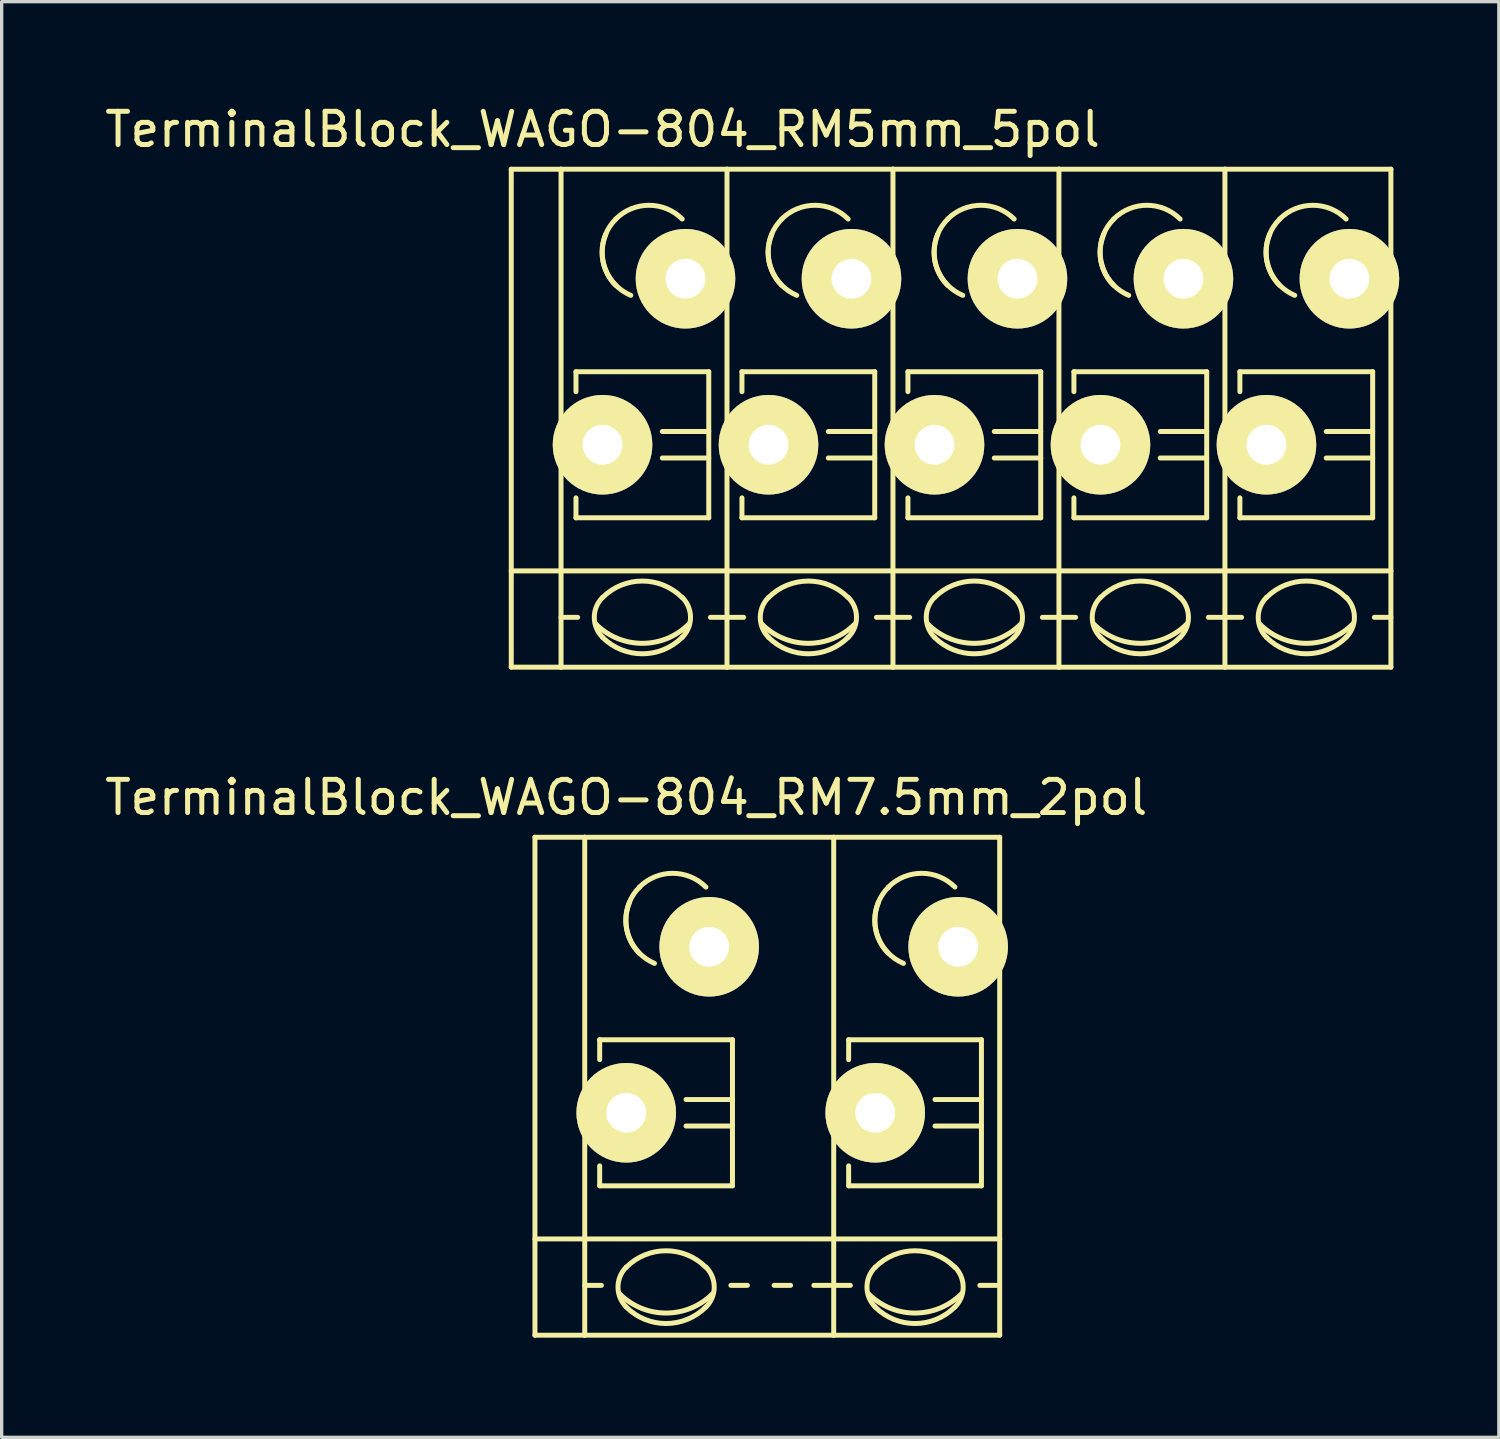
<source format=kicad_pcb>
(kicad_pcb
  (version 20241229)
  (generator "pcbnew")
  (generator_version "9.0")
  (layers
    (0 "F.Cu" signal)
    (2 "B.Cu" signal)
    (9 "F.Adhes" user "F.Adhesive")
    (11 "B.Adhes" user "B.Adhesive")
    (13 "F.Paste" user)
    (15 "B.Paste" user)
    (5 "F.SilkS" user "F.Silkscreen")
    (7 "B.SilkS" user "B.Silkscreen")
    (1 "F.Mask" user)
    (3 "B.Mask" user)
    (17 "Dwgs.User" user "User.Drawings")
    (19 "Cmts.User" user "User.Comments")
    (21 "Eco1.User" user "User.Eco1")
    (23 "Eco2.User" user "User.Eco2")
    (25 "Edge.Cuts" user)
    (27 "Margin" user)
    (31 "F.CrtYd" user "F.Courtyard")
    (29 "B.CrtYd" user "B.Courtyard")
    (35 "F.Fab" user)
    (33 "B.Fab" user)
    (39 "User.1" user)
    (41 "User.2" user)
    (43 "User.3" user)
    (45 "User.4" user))
  (footprint "TerminalBlock_WAGO-804_RM7.5mm_2pol"
    (layer "F.Cu")
    (at 15.815 30.472)
    (property "Reference" "TerminalBlock_WAGO-804_RM7.5mm_2pol" (at 0 -9.5 0) (layer "F.SilkS") (effects (font (size 1 1) (thickness 0.15))))
    (attr through_hole)
    (fp_line (start -2.75 -8.3) (end -1.25 -8.3) (stroke (width 0.15) (type solid)) (layer "F.SilkS"))
    (fp_line (start -2.75 6.7) (end -2.75 -8.3) (stroke (width 0.15) (type solid)) (layer "F.SilkS"))
    (fp_line (start -1.25 3.8) (end -2.75 3.8) (stroke (width 0.15) (type solid)) (layer "F.SilkS"))
    (fp_line (start -1.25 3.8) (end 6.25 3.8) (stroke (width 0.15) (type solid)) (layer "F.SilkS"))
    (fp_line (start -1.25 6.7) (end -2.75 6.7) (stroke (width 0.15) (type solid)) (layer "F.SilkS"))
    (fp_line (start -1.25 5.199) (end -0.749 5.199) (stroke (width 0.15) (type solid)) (layer "F.SilkS"))
    (fp_line (start -1.25 6.701) (end -1.25 -8.301) (stroke (width 0.15) (type solid)) (layer "F.SilkS"))
    (fp_line (start -0.8 -2.2) (end -0.8 -1.6) (stroke (width 0.15) (type solid)) (layer "F.SilkS"))
    (fp_line (start -0.8 -2.2) (end 3.2 -2.2) (stroke (width 0.15) (type solid)) (layer "F.SilkS"))
    (fp_line (start -0.8 2.2) (end -0.8 1.6) (stroke (width 0.15) (type solid)) (layer "F.SilkS"))
    (fp_line (start 3.2 -2.2) (end 3.2 2.2) (stroke (width 0.15) (type solid)) (layer "F.SilkS"))
    (fp_line (start 3.2 -0.399) (end 1.801 -0.399) (stroke (width 0.15) (type solid)) (layer "F.SilkS"))
    (fp_line (start 3.2 0.399) (end 1.801 0.399) (stroke (width 0.15) (type solid)) (layer "F.SilkS"))
    (fp_line (start 3.2 2.2) (end -0.8 2.2) (stroke (width 0.15) (type solid)) (layer "F.SilkS"))
    (fp_line (start 3.65 5.199) (end 3.152 5.199) (stroke (width 0.15) (type solid)) (layer "F.SilkS"))
    (fp_line (start 4.951 5.199) (end 4.454 5.199) (stroke (width 0.15) (type solid)) (layer "F.SilkS"))
    (fp_line (start 6.149 5.199) (end 5.652 5.199) (stroke (width 0.15) (type solid)) (layer "F.SilkS"))
    (fp_line (start 6.25 -8.3) (end -1.25 -8.3) (stroke (width 0.15) (type solid)) (layer "F.SilkS"))
    (fp_line (start 6.25 -8.3) (end 11.25 -8.3) (stroke (width 0.15) (type solid)) (layer "F.SilkS"))
    (fp_line (start 6.25 3.8) (end 11.25 3.8) (stroke (width 0.15) (type solid)) (layer "F.SilkS"))
    (fp_line (start 6.25 6.7) (end -1.25 6.7) (stroke (width 0.15) (type solid)) (layer "F.SilkS"))
    (fp_line (start 6.25 6.7) (end 6.25 -8.3) (stroke (width 0.15) (type solid)) (layer "F.SilkS"))
    (fp_line (start 6.25 6.7) (end 11.25 6.7) (stroke (width 0.15) (type solid)) (layer "F.SilkS"))
    (fp_line (start 6.25 5.199) (end 6.751 5.199) (stroke (width 0.15) (type solid)) (layer "F.SilkS"))
    (fp_line (start 6.7 -2.2) (end 6.7 -1.6) (stroke (width 0.15) (type solid)) (layer "F.SilkS"))
    (fp_line (start 6.7 -2.2) (end 10.7 -2.2) (stroke (width 0.15) (type solid)) (layer "F.SilkS"))
    (fp_line (start 6.7 2.2) (end 6.7 1.6) (stroke (width 0.15) (type solid)) (layer "F.SilkS"))
    (fp_line (start 10.7 -2.2) (end 10.7 2.2) (stroke (width 0.15) (type solid)) (layer "F.SilkS"))
    (fp_line (start 10.7 -0.399) (end 9.301 -0.399) (stroke (width 0.15) (type solid)) (layer "F.SilkS"))
    (fp_line (start 10.7 0.399) (end 9.301 0.399) (stroke (width 0.15) (type solid)) (layer "F.SilkS"))
    (fp_line (start 10.7 2.2) (end 6.7 2.2) (stroke (width 0.15) (type solid)) (layer "F.SilkS"))
    (fp_line (start 11.15 5.199) (end 10.652 5.199) (stroke (width 0.15) (type solid)) (layer "F.SilkS"))
    (fp_line (start 11.25 6.7) (end 11.25 -8.3) (stroke (width 0.15) (type solid)) (layer "F.SilkS"))
    (fp_arc (start 0 4.65328) (mid 1.19888 4.156688) (end 2.39776 4.65328) (stroke (width 0.15) (type solid)) (layer "F.SilkS"))
    (fp_arc (start 0 5.84962) (mid -0.248296 5.25018) (end 0 4.65074) (stroke (width 0.15) (type solid)) (layer "F.SilkS"))
    (fp_arc (start 0.39878 -6.79958) (mid 1.39954 -7.214108) (end 2.4003 -6.79958) (stroke (width 0.15) (type solid)) (layer "F.SilkS"))
    (fp_arc (start 0.39878 -4.8006) (mid -0.013952 -5.800616) (end 0.40132 -6.79958) (stroke (width 0.15) (type solid)) (layer "F.SilkS"))
    (fp_arc (start 0.8509 -4.50088) (mid 0.093811 -5.268985) (end 0.1016 -6.34746) (stroke (width 0.15) (type solid)) (layer "F.SilkS"))
    (fp_arc (start 2.4003 5.84962) (mid 1.200676 6.348008) (end 0 5.85216) (stroke (width 0.15) (type solid)) (layer "F.SilkS"))
    (fp_arc (start 2.40284 4.65074) (mid 2.650392 5.251976) (end 2.4003 5.85216) (stroke (width 0.15) (type solid)) (layer "F.SilkS"))
    (fp_arc (start 2.60096 5.45084) (mid 1.200676 6.032345) (end -0.20066 5.45338) (stroke (width 0.15) (type solid)) (layer "F.SilkS"))
    (fp_arc (start 7.5 4.65328) (mid 8.69888 4.156688) (end 9.89776 4.65328) (stroke (width 0.15) (type solid)) (layer "F.SilkS"))
    (fp_arc (start 7.5 5.84962) (mid 7.251704 5.25018) (end 7.5 4.65074) (stroke (width 0.15) (type solid)) (layer "F.SilkS"))
    (fp_arc (start 7.89878 -6.79958) (mid 8.89954 -7.214108) (end 9.9003 -6.79958) (stroke (width 0.15) (type solid)) (layer "F.SilkS"))
    (fp_arc (start 7.89878 -4.8006) (mid 7.486048 -5.800616) (end 7.90132 -6.79958) (stroke (width 0.15) (type solid)) (layer "F.SilkS"))
    (fp_arc (start 8.3509 -4.50088) (mid 7.593811 -5.268985) (end 7.6016 -6.34746) (stroke (width 0.15) (type solid)) (layer "F.SilkS"))
    (fp_arc (start 9.9003 5.84962) (mid 8.700676 6.348008) (end 7.5 5.85216) (stroke (width 0.15) (type solid)) (layer "F.SilkS"))
    (fp_arc (start 9.90284 4.65074) (mid 10.150392 5.251976) (end 9.9003 5.85216) (stroke (width 0.15) (type solid)) (layer "F.SilkS"))
    (fp_arc (start 10.10096 5.45084) (mid 8.700676 6.032345) (end 7.29934 5.45338) (stroke (width 0.15) (type solid)) (layer "F.SilkS"))
    (pad "1" thru_hole circle (at 0 0) (size 3 3) (drill 1.2) (layers "*.Cu" "*.Mask" "F.SilkS"))
    (pad "1" thru_hole circle (at 2.499 -5.001) (size 3 3) (drill 1.2) (layers "*.Cu" "*.Mask" "F.SilkS"))
    (pad "2" thru_hole circle (at 7.5 0) (size 3 3) (drill 1.2) (layers "*.Cu" "*.Mask" "F.SilkS"))
    (pad "2" thru_hole circle (at 9.999 -5.001) (size 3 3) (drill 1.2) (layers "*.Cu" "*.Mask" "F.SilkS")))
  (footprint "TerminalBlock_WAGO-804_RM5mm_5pol"
    (layer "F.Cu")
    (at 15.101 10.348)
    (property "Reference" "TerminalBlock_WAGO-804_RM5mm_5pol" (at 0 -9.5 0) (layer "F.SilkS") (effects (font (size 1 1) (thickness 0.15))))
    (attr through_hole)
    (fp_line (start -2.75 -8.3) (end -1.25 -8.3) (stroke (width 0.15) (type solid)) (layer "F.SilkS"))
    (fp_line (start -2.75 6.7) (end -2.75 -8.3) (stroke (width 0.15) (type solid)) (layer "F.SilkS"))
    (fp_line (start -1.25 6.7) (end -2.75 6.7) (stroke (width 0.15) (type solid)) (layer "F.SilkS"))
    (fp_line (start -1.25 5.199) (end -0.749 5.199) (stroke (width 0.15) (type solid)) (layer "F.SilkS"))
    (fp_line (start -1.25 6.701) (end -1.25 -8.301) (stroke (width 0.15) (type solid)) (layer "F.SilkS"))
    (fp_line (start -0.8 -2.2) (end -0.8 -1.6) (stroke (width 0.15) (type solid)) (layer "F.SilkS"))
    (fp_line (start -0.8 -2.2) (end 3.2 -2.2) (stroke (width 0.15) (type solid)) (layer "F.SilkS"))
    (fp_line (start -0.8 2.2) (end -0.8 1.6) (stroke (width 0.15) (type solid)) (layer "F.SilkS"))
    (fp_line (start 3.2 -2.2) (end 3.2 2.2) (stroke (width 0.15) (type solid)) (layer "F.SilkS"))
    (fp_line (start 3.2 -0.399) (end 1.801 -0.399) (stroke (width 0.15) (type solid)) (layer "F.SilkS"))
    (fp_line (start 3.2 0.399) (end 1.801 0.399) (stroke (width 0.15) (type solid)) (layer "F.SilkS"))
    (fp_line (start 3.2 2.2) (end -0.8 2.2) (stroke (width 0.15) (type solid)) (layer "F.SilkS"))
    (fp_line (start 3.749 -8.301) (end -1.25 -8.301) (stroke (width 0.15) (type solid)) (layer "F.SilkS"))
    (fp_line (start 3.749 -8.301) (end 3.749 6.701) (stroke (width 0.15) (type solid)) (layer "F.SilkS"))
    (fp_line (start 3.749 5.199) (end 3.251 5.199) (stroke (width 0.15) (type solid)) (layer "F.SilkS"))
    (fp_line (start 3.749 6.701) (end -1.25 6.701) (stroke (width 0.15) (type solid)) (layer "F.SilkS"))
    (fp_line (start 3.75 3.8) (end -2.75 3.8) (stroke (width 0.15) (type solid)) (layer "F.SilkS"))
    (fp_line (start 3.75 3.8) (end 8.75 3.8) (stroke (width 0.15) (type solid)) (layer "F.SilkS"))
    (fp_line (start 3.75 5.199) (end 4.251 5.199) (stroke (width 0.15) (type solid)) (layer "F.SilkS"))
    (fp_line (start 4.2 -2.2) (end 4.2 -1.6) (stroke (width 0.15) (type solid)) (layer "F.SilkS"))
    (fp_line (start 4.2 -2.2) (end 8.2 -2.2) (stroke (width 0.15) (type solid)) (layer "F.SilkS"))
    (fp_line (start 4.2 2.2) (end 4.2 1.6) (stroke (width 0.15) (type solid)) (layer "F.SilkS"))
    (fp_line (start 8.2 -2.2) (end 8.2 2.2) (stroke (width 0.15) (type solid)) (layer "F.SilkS"))
    (fp_line (start 8.2 -0.399) (end 6.801 -0.399) (stroke (width 0.15) (type solid)) (layer "F.SilkS"))
    (fp_line (start 8.2 0.399) (end 6.801 0.399) (stroke (width 0.15) (type solid)) (layer "F.SilkS"))
    (fp_line (start 8.2 2.2) (end 4.2 2.2) (stroke (width 0.15) (type solid)) (layer "F.SilkS"))
    (fp_line (start 8.749 -8.301) (end 3.75 -8.301) (stroke (width 0.15) (type solid)) (layer "F.SilkS"))
    (fp_line (start 8.749 -8.301) (end 8.749 6.701) (stroke (width 0.15) (type solid)) (layer "F.SilkS"))
    (fp_line (start 8.749 5.199) (end 8.251 5.199) (stroke (width 0.15) (type solid)) (layer "F.SilkS"))
    (fp_line (start 8.749 6.701) (end 3.75 6.701) (stroke (width 0.15) (type solid)) (layer "F.SilkS"))
    (fp_line (start 8.75 3.8) (end 13.75 3.8) (stroke (width 0.15) (type solid)) (layer "F.SilkS"))
    (fp_line (start 8.75 5.199) (end 9.251 5.199) (stroke (width 0.15) (type solid)) (layer "F.SilkS"))
    (fp_line (start 9.2 -2.2) (end 9.2 -1.6) (stroke (width 0.15) (type solid)) (layer "F.SilkS"))
    (fp_line (start 9.2 -2.2) (end 13.2 -2.2) (stroke (width 0.15) (type solid)) (layer "F.SilkS"))
    (fp_line (start 9.2 2.2) (end 9.2 1.6) (stroke (width 0.15) (type solid)) (layer "F.SilkS"))
    (fp_line (start 13.2 -2.2) (end 13.2 2.2) (stroke (width 0.15) (type solid)) (layer "F.SilkS"))
    (fp_line (start 13.2 -0.399) (end 11.801 -0.399) (stroke (width 0.15) (type solid)) (layer "F.SilkS"))
    (fp_line (start 13.2 0.399) (end 11.801 0.399) (stroke (width 0.15) (type solid)) (layer "F.SilkS"))
    (fp_line (start 13.2 2.2) (end 9.2 2.2) (stroke (width 0.15) (type solid)) (layer "F.SilkS"))
    (fp_line (start 13.749 -8.301) (end 8.75 -8.301) (stroke (width 0.15) (type solid)) (layer "F.SilkS"))
    (fp_line (start 13.749 -8.301) (end 13.749 6.701) (stroke (width 0.15) (type solid)) (layer "F.SilkS"))
    (fp_line (start 13.749 5.199) (end 13.251 5.199) (stroke (width 0.15) (type solid)) (layer "F.SilkS"))
    (fp_line (start 13.749 6.701) (end 8.75 6.701) (stroke (width 0.15) (type solid)) (layer "F.SilkS"))
    (fp_line (start 13.75 3.8) (end 18.75 3.8) (stroke (width 0.15) (type solid)) (layer "F.SilkS"))
    (fp_line (start 13.75 5.199) (end 14.251 5.199) (stroke (width 0.15) (type solid)) (layer "F.SilkS"))
    (fp_line (start 14.2 -2.2) (end 14.2 -1.6) (stroke (width 0.15) (type solid)) (layer "F.SilkS"))
    (fp_line (start 14.2 -2.2) (end 18.2 -2.2) (stroke (width 0.15) (type solid)) (layer "F.SilkS"))
    (fp_line (start 14.2 2.2) (end 14.2 1.6) (stroke (width 0.15) (type solid)) (layer "F.SilkS"))
    (fp_line (start 18.2 -2.2) (end 18.2 2.2) (stroke (width 0.15) (type solid)) (layer "F.SilkS"))
    (fp_line (start 18.2 -0.399) (end 16.801 -0.399) (stroke (width 0.15) (type solid)) (layer "F.SilkS"))
    (fp_line (start 18.2 0.399) (end 16.801 0.399) (stroke (width 0.15) (type solid)) (layer "F.SilkS"))
    (fp_line (start 18.2 2.2) (end 14.2 2.2) (stroke (width 0.15) (type solid)) (layer "F.SilkS"))
    (fp_line (start 18.749 -8.301) (end 13.75 -8.301) (stroke (width 0.15) (type solid)) (layer "F.SilkS"))
    (fp_line (start 18.749 -8.301) (end 18.749 6.701) (stroke (width 0.15) (type solid)) (layer "F.SilkS"))
    (fp_line (start 18.749 5.199) (end 18.251 5.199) (stroke (width 0.15) (type solid)) (layer "F.SilkS"))
    (fp_line (start 18.749 6.701) (end 13.75 6.701) (stroke (width 0.15) (type solid)) (layer "F.SilkS"))
    (fp_line (start 18.75 3.8) (end 23.75 3.8) (stroke (width 0.15) (type solid)) (layer "F.SilkS"))
    (fp_line (start 18.75 5.199) (end 19.251 5.199) (stroke (width 0.15) (type solid)) (layer "F.SilkS"))
    (fp_line (start 19.2 -2.2) (end 19.2 -1.6) (stroke (width 0.15) (type solid)) (layer "F.SilkS"))
    (fp_line (start 19.2 -2.2) (end 23.2 -2.2) (stroke (width 0.15) (type solid)) (layer "F.SilkS"))
    (fp_line (start 19.2 2.2) (end 19.2 1.6) (stroke (width 0.15) (type solid)) (layer "F.SilkS"))
    (fp_line (start 23.2 -2.2) (end 23.2 2.2) (stroke (width 0.15) (type solid)) (layer "F.SilkS"))
    (fp_line (start 23.2 -0.399) (end 21.801 -0.399) (stroke (width 0.15) (type solid)) (layer "F.SilkS"))
    (fp_line (start 23.2 0.399) (end 21.801 0.399) (stroke (width 0.15) (type solid)) (layer "F.SilkS"))
    (fp_line (start 23.2 2.2) (end 19.2 2.2) (stroke (width 0.15) (type solid)) (layer "F.SilkS"))
    (fp_line (start 23.749 -8.301) (end 18.75 -8.301) (stroke (width 0.15) (type solid)) (layer "F.SilkS"))
    (fp_line (start 23.749 -8.301) (end 23.749 6.701) (stroke (width 0.15) (type solid)) (layer "F.SilkS"))
    (fp_line (start 23.749 5.199) (end 23.251 5.199) (stroke (width 0.15) (type solid)) (layer "F.SilkS"))
    (fp_line (start 23.749 6.701) (end 18.75 6.701) (stroke (width 0.15) (type solid)) (layer "F.SilkS"))
    (fp_arc (start 0 4.60248) (mid 1.19888 4.105888) (end 2.39776 4.60248) (stroke (width 0.15) (type solid)) (layer "F.SilkS"))
    (fp_arc (start 0 5.79882) (mid -0.248296 5.19938) (end 0 4.59994) (stroke (width 0.15) (type solid)) (layer "F.SilkS"))
    (fp_arc (start 0.39878 -6.79958) (mid 1.39954 -7.214108) (end 2.4003 -6.79958) (stroke (width 0.15) (type solid)) (layer "F.SilkS"))
    (fp_arc (start 0.39878 -4.8006) (mid -0.013952 -5.800616) (end 0.40132 -6.79958) (stroke (width 0.15) (type solid)) (layer "F.SilkS"))
    (fp_arc (start 0.8509 -4.50088) (mid 0.093811 -5.268985) (end 0.1016 -6.34746) (stroke (width 0.15) (type solid)) (layer "F.SilkS"))
    (fp_arc (start 2.4003 5.79882) (mid 1.200676 6.297208) (end 0 5.80136) (stroke (width 0.15) (type solid)) (layer "F.SilkS"))
    (fp_arc (start 2.40284 4.59994) (mid 2.650392 5.201176) (end 2.4003 5.80136) (stroke (width 0.15) (type solid)) (layer "F.SilkS"))
    (fp_arc (start 2.60096 5.40004) (mid 1.200676 5.981545) (end -0.20066 5.40258) (stroke (width 0.15) (type solid)) (layer "F.SilkS"))
    (fp_arc (start 5 4.60248) (mid 6.19888 4.105888) (end 7.39776 4.60248) (stroke (width 0.15) (type solid)) (layer "F.SilkS"))
    (fp_arc (start 5 5.79882) (mid 4.751704 5.19938) (end 5 4.59994) (stroke (width 0.15) (type solid)) (layer "F.SilkS"))
    (fp_arc (start 5.39878 -6.79958) (mid 6.39954 -7.214108) (end 7.4003 -6.79958) (stroke (width 0.15) (type solid)) (layer "F.SilkS"))
    (fp_arc (start 5.39878 -4.8006) (mid 4.986048 -5.800616) (end 5.40132 -6.79958) (stroke (width 0.15) (type solid)) (layer "F.SilkS"))
    (fp_arc (start 5.8509 -4.50088) (mid 5.093811 -5.268985) (end 5.1016 -6.34746) (stroke (width 0.15) (type solid)) (layer "F.SilkS"))
    (fp_arc (start 7.4003 5.79882) (mid 6.200676 6.297208) (end 5 5.80136) (stroke (width 0.15) (type solid)) (layer "F.SilkS"))
    (fp_arc (start 7.40284 4.59994) (mid 7.650392 5.201176) (end 7.4003 5.80136) (stroke (width 0.15) (type solid)) (layer "F.SilkS"))
    (fp_arc (start 7.60096 5.40004) (mid 6.200676 5.981545) (end 4.79934 5.40258) (stroke (width 0.15) (type solid)) (layer "F.SilkS"))
    (fp_arc (start 10 4.60248) (mid 11.19888 4.105888) (end 12.39776 4.60248) (stroke (width 0.15) (type solid)) (layer "F.SilkS"))
    (fp_arc (start 10 5.79882) (mid 9.751704 5.19938) (end 10 4.59994) (stroke (width 0.15) (type solid)) (layer "F.SilkS"))
    (fp_arc (start 10.39878 -6.79958) (mid 11.39954 -7.214108) (end 12.4003 -6.79958) (stroke (width 0.15) (type solid)) (layer "F.SilkS"))
    (fp_arc (start 10.39878 -4.8006) (mid 9.986048 -5.800616) (end 10.40132 -6.79958) (stroke (width 0.15) (type solid)) (layer "F.SilkS"))
    (fp_arc (start 10.8509 -4.50088) (mid 10.093811 -5.268985) (end 10.1016 -6.34746) (stroke (width 0.15) (type solid)) (layer "F.SilkS"))
    (fp_arc (start 12.4003 5.79882) (mid 11.200676 6.297208) (end 10 5.80136) (stroke (width 0.15) (type solid)) (layer "F.SilkS"))
    (fp_arc (start 12.40284 4.59994) (mid 12.650392 5.201176) (end 12.4003 5.80136) (stroke (width 0.15) (type solid)) (layer "F.SilkS"))
    (fp_arc (start 12.60096 5.40004) (mid 11.200676 5.981545) (end 9.79934 5.40258) (stroke (width 0.15) (type solid)) (layer "F.SilkS"))
    (fp_arc (start 15 4.60248) (mid 16.19888 4.105888) (end 17.39776 4.60248) (stroke (width 0.15) (type solid)) (layer "F.SilkS"))
    (fp_arc (start 15 5.79882) (mid 14.751704 5.19938) (end 15 4.59994) (stroke (width 0.15) (type solid)) (layer "F.SilkS"))
    (fp_arc (start 15.39878 -6.79958) (mid 16.39954 -7.214108) (end 17.4003 -6.79958) (stroke (width 0.15) (type solid)) (layer "F.SilkS"))
    (fp_arc (start 15.39878 -4.8006) (mid 14.986048 -5.800616) (end 15.40132 -6.79958) (stroke (width 0.15) (type solid)) (layer "F.SilkS"))
    (fp_arc (start 15.8509 -4.50088) (mid 15.093811 -5.268985) (end 15.1016 -6.34746) (stroke (width 0.15) (type solid)) (layer "F.SilkS"))
    (fp_arc (start 17.4003 5.79882) (mid 16.200676 6.297208) (end 15 5.80136) (stroke (width 0.15) (type solid)) (layer "F.SilkS"))
    (fp_arc (start 17.40284 4.59994) (mid 17.650392 5.201176) (end 17.4003 5.80136) (stroke (width 0.15) (type solid)) (layer "F.SilkS"))
    (fp_arc (start 17.60096 5.40004) (mid 16.200676 5.981545) (end 14.79934 5.40258) (stroke (width 0.15) (type solid)) (layer "F.SilkS"))
    (fp_arc (start 20 4.60248) (mid 21.19888 4.105888) (end 22.39776 4.60248) (stroke (width 0.15) (type solid)) (layer "F.SilkS"))
    (fp_arc (start 20 5.79882) (mid 19.751704 5.19938) (end 20 4.59994) (stroke (width 0.15) (type solid)) (layer "F.SilkS"))
    (fp_arc (start 20.39878 -6.79958) (mid 21.39954 -7.214108) (end 22.4003 -6.79958) (stroke (width 0.15) (type solid)) (layer "F.SilkS"))
    (fp_arc (start 20.39878 -4.8006) (mid 19.986048 -5.800616) (end 20.40132 -6.79958) (stroke (width 0.15) (type solid)) (layer "F.SilkS"))
    (fp_arc (start 20.8509 -4.50088) (mid 20.093811 -5.268985) (end 20.1016 -6.34746) (stroke (width 0.15) (type solid)) (layer "F.SilkS"))
    (fp_arc (start 22.4003 5.79882) (mid 21.200676 6.297208) (end 20 5.80136) (stroke (width 0.15) (type solid)) (layer "F.SilkS"))
    (fp_arc (start 22.40284 4.59994) (mid 22.650392 5.201176) (end 22.4003 5.80136) (stroke (width 0.15) (type solid)) (layer "F.SilkS"))
    (fp_arc (start 22.60096 5.40004) (mid 21.200676 5.981545) (end 19.79934 5.40258) (stroke (width 0.15) (type solid)) (layer "F.SilkS"))
    (pad "1" thru_hole circle (at 0 0) (size 3 3) (drill 1.2) (layers "*.Cu" "*.Mask" "F.SilkS"))
    (pad "1" thru_hole circle (at 2.499 -5.001) (size 3 3) (drill 1.2) (layers "*.Cu" "*.Mask" "F.SilkS"))
    (pad "2" thru_hole circle (at 5 0) (size 3 3) (drill 1.2) (layers "*.Cu" "*.Mask" "F.SilkS"))
    (pad "2" thru_hole circle (at 7.499 -5.001) (size 3 3) (drill 1.2) (layers "*.Cu" "*.Mask" "F.SilkS"))
    (pad "3" thru_hole circle (at 10 0) (size 3 3) (drill 1.2) (layers "*.Cu" "*.Mask" "F.SilkS"))
    (pad "3" thru_hole circle (at 12.499 -5.001) (size 3 3) (drill 1.2) (layers "*.Cu" "*.Mask" "F.SilkS"))
    (pad "4" thru_hole circle (at 15 0) (size 3 3) (drill 1.2) (layers "*.Cu" "*.Mask" "F.SilkS"))
    (pad "4" thru_hole circle (at 17.499 -5.001) (size 3 3) (drill 1.2) (layers "*.Cu" "*.Mask" "F.SilkS"))
    (pad "5" thru_hole circle (at 20 0) (size 3 3) (drill 1.2) (layers "*.Cu" "*.Mask" "F.SilkS"))
    (pad "5" thru_hole circle (at 22.499 -5.001) (size 3 3) (drill 1.2) (layers "*.Cu" "*.Mask" "F.SilkS")))
  (gr_rect
    (start -3 -3)
    (end 42.101 40.248)
    (stroke (width 0.1) (type default))
    (fill no)
    (layer "Edge.Cuts")))
</source>
